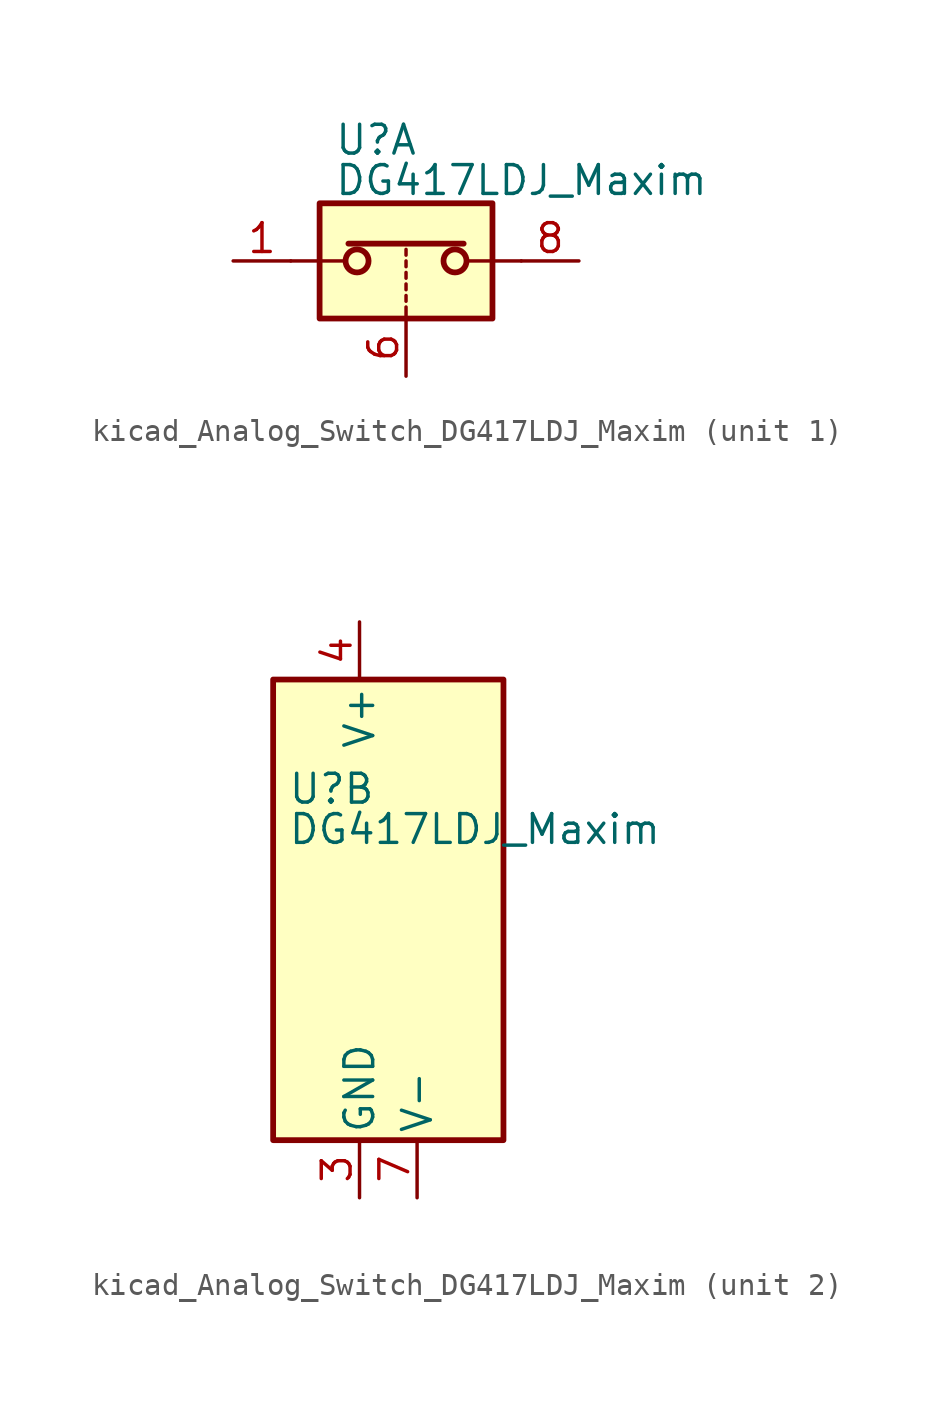
<source format=kicad_sym>
(kicad_symbol_lib
  (version 20220914)
  (generator kicad_symbol_editor)
  (symbol "kicad_Analog_Switch_DG417LDJ_Maxim"
    (pin_names
      (offset 0.254))
    (property "Reference" "U"
      (at -3.175 5.334 0)
      (effects (font (size 1.27 1.27)) (justify left)))
    (property "Value" "DG417LDJ_Maxim"
      (at -3.175 3.556 0)
      (effects (font (size 1.27 1.27)) (justify left)))
    (symbol "kicad_Analog_Switch_DG417LDJ_Maxim_1_1"
      (rectangle (start -3.81 2.54) (end 3.81 -2.54) (stroke (width 0.254) (type default)) (fill (type background)))
      (circle (center -2.159 0) (radius 0.508) (stroke (width 0.254) (type default)) (fill (type none)))
      (polyline (pts (xy -5.08 0) (xy -2.794 0)) (stroke (width 0) (type default)) (fill (type none)))
      (polyline (pts (xy -2.54 0.762) (xy 2.54 0.762)) (stroke (width 0.254) (type default)) (fill (type none)))
      (polyline (pts (xy 0 -2.54) (xy 0 -2.032)) (stroke (width 0) (type default)) (fill (type none)))
      (polyline (pts (xy 0 -1.778) (xy 0 -1.524)) (stroke (width 0) (type default)) (fill (type none)))
      (polyline (pts (xy 0 -1.27) (xy 0 -1.016)) (stroke (width 0) (type default)) (fill (type none)))
      (polyline (pts (xy 0 -0.762) (xy 0 -0.508)) (stroke (width 0) (type default)) (fill (type none)))
      (polyline (pts (xy 0 -0.254) (xy 0 0)) (stroke (width 0) (type default)) (fill (type none)))
      (polyline (pts (xy 0 0.254) (xy 0 0.508)) (stroke (width 0) (type default)) (fill (type none)))
      (polyline (pts (xy 5.08 0) (xy 2.794 0)) (stroke (width 0) (type default)) (fill (type none)))
      (circle (center 2.159 0) (radius 0.508) (stroke (width 0.254) (type default)) (fill (type none)))
      (pin passive line (at -7.62 0 0) (length 2.54) (name "~" (effects (font (size 1.27 1.27)))) (number "1" (effects (font (size 1.27 1.27)))))
      (pin input line (at 0 -5.08 90) (length 2.54) (name "~" (effects (font (size 1.27 1.27)))) (number "6" (effects (font (size 1.27 1.27)))))
      (pin passive line (at 7.62 0 180) (length 2.54) (name "~" (effects (font (size 1.27 1.27)))) (number "8" (effects (font (size 1.27 1.27))))))
    (symbol "kicad_Analog_Switch_DG417LDJ_Maxim_2_0"
      (pin no_connect line (at -2.54 10.16 270) (length 2.54) hide (name "NC" (effects (font (size 1.27 1.27)))) (number "2" (effects (font (size 1.27 1.27)))))
      (pin power_in line (at 0 -12.7 90) (length 2.54) (name "GND" (effects (font (size 1.27 1.27)))) (number "3" (effects (font (size 1.27 1.27)))))
      (pin power_in line (at 0 12.7 270) (length 2.54) (name "V+" (effects (font (size 1.27 1.27)))) (number "4" (effects (font (size 1.27 1.27)))))
      (pin no_connect line (at 2.54 10.16 270) (length 2.54) hide (name "NC" (effects (font (size 1.27 1.27)))) (number "5" (effects (font (size 1.27 1.27)))))
      (pin power_in line (at 2.54 -12.7 90) (length 2.54) (name "V-" (effects (font (size 1.27 1.27)))) (number "7" (effects (font (size 1.27 1.27))))))
    (symbol "kicad_Analog_Switch_DG417LDJ_Maxim_2_1"
      (rectangle (start -3.81 10.16) (end 6.35 -10.16) (stroke (width 0.254) (type default)) (fill (type background))))))
</source>
